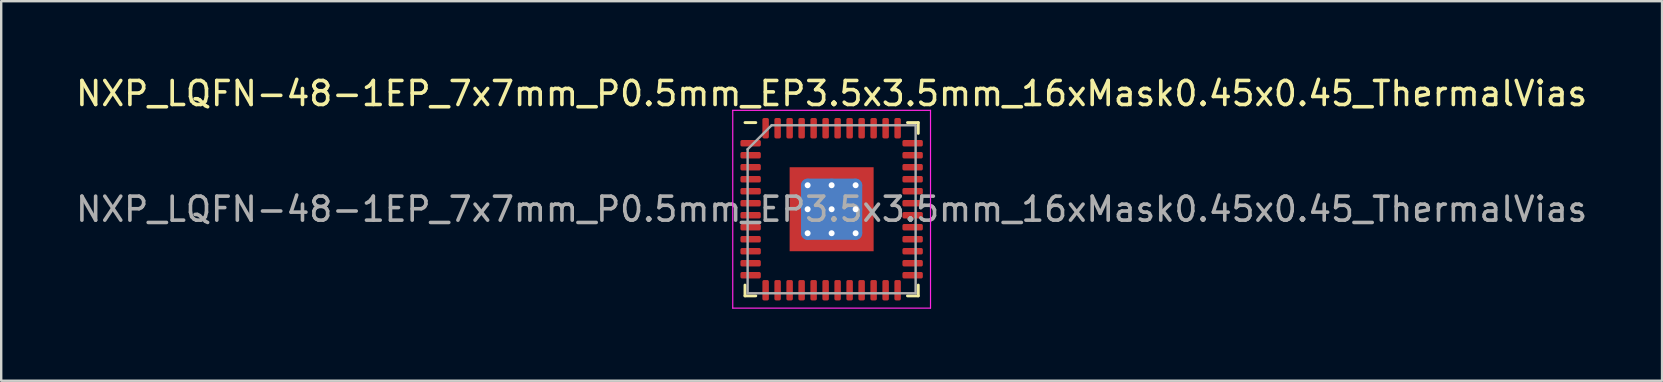
<source format=kicad_pcb>
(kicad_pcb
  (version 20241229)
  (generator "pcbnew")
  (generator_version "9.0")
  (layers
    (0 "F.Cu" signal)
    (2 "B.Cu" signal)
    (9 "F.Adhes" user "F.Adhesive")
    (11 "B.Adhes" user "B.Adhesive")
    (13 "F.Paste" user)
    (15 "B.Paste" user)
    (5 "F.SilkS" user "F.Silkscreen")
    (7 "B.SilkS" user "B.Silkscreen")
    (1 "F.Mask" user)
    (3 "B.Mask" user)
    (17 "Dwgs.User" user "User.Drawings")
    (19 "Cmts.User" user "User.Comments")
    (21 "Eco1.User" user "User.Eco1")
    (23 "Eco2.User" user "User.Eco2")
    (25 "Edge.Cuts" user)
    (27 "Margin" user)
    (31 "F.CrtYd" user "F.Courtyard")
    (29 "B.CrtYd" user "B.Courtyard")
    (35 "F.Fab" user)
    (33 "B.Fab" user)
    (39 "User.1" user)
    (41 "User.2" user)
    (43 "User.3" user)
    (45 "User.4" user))
  (footprint "NXP_LQFN-48-1EP_7x7mm_P0.5mm_EP3.5x3.5mm_16xMask0.45x0.45_ThermalVias"
    (layer "F.Cu")
    (at 31.601 5.668)
    (property "Reference" "NXP_LQFN-48-1EP_7x7mm_P0.5mm_EP3.5x3.5mm_16xMask0.45x0.45_ThermalVias" (at 0 -4.82 0) (layer "F.SilkS") (effects (font (size 1 1) (thickness 0.15))))
    (attr smd)
    (fp_line (start -3.61 3.61) (end -3.61 3.16) (stroke (width 0.12) (type solid)) (layer "F.SilkS"))
    (fp_line (start -3.16 -3.61) (end -3.61 -3.61) (stroke (width 0.12) (type solid)) (layer "F.SilkS"))
    (fp_line (start -3.16 3.61) (end -3.61 3.61) (stroke (width 0.12) (type solid)) (layer "F.SilkS"))
    (fp_line (start 3.16 -3.61) (end 3.61 -3.61) (stroke (width 0.12) (type solid)) (layer "F.SilkS"))
    (fp_line (start 3.16 3.61) (end 3.61 3.61) (stroke (width 0.12) (type solid)) (layer "F.SilkS"))
    (fp_line (start 3.61 -3.61) (end 3.61 -3.16) (stroke (width 0.12) (type solid)) (layer "F.SilkS"))
    (fp_line (start 3.61 3.61) (end 3.61 3.16) (stroke (width 0.12) (type solid)) (layer "F.SilkS"))
    (fp_line (start -4.12 -4.12) (end -4.12 4.12) (stroke (width 0.05) (type solid)) (layer "F.CrtYd"))
    (fp_line (start -4.12 4.12) (end 4.12 4.12) (stroke (width 0.05) (type solid)) (layer "F.CrtYd"))
    (fp_line (start 4.12 -4.12) (end -4.12 -4.12) (stroke (width 0.05) (type solid)) (layer "F.CrtYd"))
    (fp_line (start 4.12 4.12) (end 4.12 -4.12) (stroke (width 0.05) (type solid)) (layer "F.CrtYd"))
    (fp_line (start -3.5 -2.5) (end -2.5 -3.5) (stroke (width 0.1) (type solid)) (layer "F.Fab"))
    (fp_line (start -3.5 3.5) (end -3.5 -2.5) (stroke (width 0.1) (type solid)) (layer "F.Fab"))
    (fp_line (start -2.5 -3.5) (end 3.5 -3.5) (stroke (width 0.1) (type solid)) (layer "F.Fab"))
    (fp_line (start 3.5 -3.5) (end 3.5 3.5) (stroke (width 0.1) (type solid)) (layer "F.Fab"))
    (fp_line (start 3.5 3.5) (end -3.5 3.5) (stroke (width 0.1) (type solid)) (layer "F.Fab"))
    (fp_text user "${REFERENCE}" (at 0 0 0) (layer "F.Fab") (effects (font (size 1 1) (thickness 0.15))))
    (pad "" smd rect (at -1.5 -1.5) (size 0.45 0.45) (layers "F.Mask" "F.Paste"))
    (pad "" smd rect (at -1.5 -0.5) (size 0.45 0.45) (layers "F.Mask" "F.Paste"))
    (pad "" smd rect (at -1.5 0.5) (size 0.45 0.45) (layers "F.Mask" "F.Paste"))
    (pad "" smd rect (at -1.5 1.5) (size 0.45 0.45) (layers "F.Mask" "F.Paste"))
    (pad "" smd rect (at -0.5 -1.5) (size 0.45 0.45) (layers "F.Mask" "F.Paste"))
    (pad "" smd rect (at -0.5 -0.5) (size 0.45 0.45) (layers "F.Mask" "F.Paste"))
    (pad "" smd rect (at -0.5 0.5) (size 0.45 0.45) (layers "F.Mask" "F.Paste"))
    (pad "" smd rect (at -0.5 1.5) (size 0.45 0.45) (layers "F.Mask" "F.Paste"))
    (pad "" smd rect (at 0.5 -1.5) (size 0.45 0.45) (layers "F.Mask" "F.Paste"))
    (pad "" smd rect (at 0.5 -0.5) (size 0.45 0.45) (layers "F.Mask" "F.Paste"))
    (pad "" smd rect (at 0.5 0.5) (size 0.45 0.45) (layers "F.Mask" "F.Paste"))
    (pad "" smd rect (at 0.5 1.5) (size 0.45 0.45) (layers "F.Mask" "F.Paste"))
    (pad "" smd rect (at 1.5 -1.5) (size 0.45 0.45) (layers "F.Mask" "F.Paste"))
    (pad "" smd rect (at 1.5 -0.5) (size 0.45 0.45) (layers "F.Mask" "F.Paste"))
    (pad "" smd rect (at 1.5 0.5) (size 0.45 0.45) (layers "F.Mask" "F.Paste"))
    (pad "" smd rect (at 1.5 1.5) (size 0.45 0.45) (layers "F.Mask" "F.Paste"))
    (pad "1" smd roundrect (at -3.375 -2.75) (size 0.85 0.27) (layers "F.Cu" "F.Mask" "F.Paste") (roundrect_rratio 0.25))
    (pad "2" smd roundrect (at -3.375 -2.25) (size 0.85 0.27) (layers "F.Cu" "F.Mask" "F.Paste") (roundrect_rratio 0.25))
    (pad "3" smd roundrect (at -3.375 -1.75) (size 0.85 0.27) (layers "F.Cu" "F.Mask" "F.Paste") (roundrect_rratio 0.25))
    (pad "4" smd roundrect (at -3.375 -1.25) (size 0.85 0.27) (layers "F.Cu" "F.Mask" "F.Paste") (roundrect_rratio 0.25))
    (pad "5" smd roundrect (at -3.375 -0.75) (size 0.85 0.27) (layers "F.Cu" "F.Mask" "F.Paste") (roundrect_rratio 0.25))
    (pad "6" smd roundrect (at -3.375 -0.25) (size 0.85 0.27) (layers "F.Cu" "F.Mask" "F.Paste") (roundrect_rratio 0.25))
    (pad "7" smd roundrect (at -3.375 0.25) (size 0.85 0.27) (layers "F.Cu" "F.Mask" "F.Paste") (roundrect_rratio 0.25))
    (pad "8" smd roundrect (at -3.375 0.75) (size 0.85 0.27) (layers "F.Cu" "F.Mask" "F.Paste") (roundrect_rratio 0.25))
    (pad "9" smd roundrect (at -3.375 1.25) (size 0.85 0.27) (layers "F.Cu" "F.Mask" "F.Paste") (roundrect_rratio 0.25))
    (pad "10" smd roundrect (at -3.375 1.75) (size 0.85 0.27) (layers "F.Cu" "F.Mask" "F.Paste") (roundrect_rratio 0.25))
    (pad "11" smd roundrect (at -3.375 2.25) (size 0.85 0.27) (layers "F.Cu" "F.Mask" "F.Paste") (roundrect_rratio 0.25))
    (pad "12" smd roundrect (at -3.375 2.75) (size 0.85 0.27) (layers "F.Cu" "F.Mask" "F.Paste") (roundrect_rratio 0.25))
    (pad "13" smd roundrect (at -2.75 3.375) (size 0.27 0.85) (layers "F.Cu" "F.Mask" "F.Paste") (roundrect_rratio 0.25))
    (pad "14" smd roundrect (at -2.25 3.375) (size 0.27 0.85) (layers "F.Cu" "F.Mask" "F.Paste") (roundrect_rratio 0.25))
    (pad "15" smd roundrect (at -1.75 3.375) (size 0.27 0.85) (layers "F.Cu" "F.Mask" "F.Paste") (roundrect_rratio 0.25))
    (pad "16" smd roundrect (at -1.25 3.375) (size 0.27 0.85) (layers "F.Cu" "F.Mask" "F.Paste") (roundrect_rratio 0.25))
    (pad "17" smd roundrect (at -0.75 3.375) (size 0.27 0.85) (layers "F.Cu" "F.Mask" "F.Paste") (roundrect_rratio 0.25))
    (pad "18" smd roundrect (at -0.25 3.375) (size 0.27 0.85) (layers "F.Cu" "F.Mask" "F.Paste") (roundrect_rratio 0.25))
    (pad "19" smd roundrect (at 0.25 3.375) (size 0.27 0.85) (layers "F.Cu" "F.Mask" "F.Paste") (roundrect_rratio 0.25))
    (pad "20" smd roundrect (at 0.75 3.375) (size 0.27 0.85) (layers "F.Cu" "F.Mask" "F.Paste") (roundrect_rratio 0.25))
    (pad "21" smd roundrect (at 1.25 3.375) (size 0.27 0.85) (layers "F.Cu" "F.Mask" "F.Paste") (roundrect_rratio 0.25))
    (pad "22" smd roundrect (at 1.75 3.375) (size 0.27 0.85) (layers "F.Cu" "F.Mask" "F.Paste") (roundrect_rratio 0.25))
    (pad "23" smd roundrect (at 2.25 3.375) (size 0.27 0.85) (layers "F.Cu" "F.Mask" "F.Paste") (roundrect_rratio 0.25))
    (pad "24" smd roundrect (at 2.75 3.375) (size 0.27 0.85) (layers "F.Cu" "F.Mask" "F.Paste") (roundrect_rratio 0.25))
    (pad "25" smd roundrect (at 3.375 2.75) (size 0.85 0.27) (layers "F.Cu" "F.Mask" "F.Paste") (roundrect_rratio 0.25))
    (pad "26" smd roundrect (at 3.375 2.25) (size 0.85 0.27) (layers "F.Cu" "F.Mask" "F.Paste") (roundrect_rratio 0.25))
    (pad "27" smd roundrect (at 3.375 1.75) (size 0.85 0.27) (layers "F.Cu" "F.Mask" "F.Paste") (roundrect_rratio 0.25))
    (pad "28" smd roundrect (at 3.375 1.25) (size 0.85 0.27) (layers "F.Cu" "F.Mask" "F.Paste") (roundrect_rratio 0.25))
    (pad "29" smd roundrect (at 3.375 0.75) (size 0.85 0.27) (layers "F.Cu" "F.Mask" "F.Paste") (roundrect_rratio 0.25))
    (pad "30" smd roundrect (at 3.375 0.25) (size 0.85 0.27) (layers "F.Cu" "F.Mask" "F.Paste") (roundrect_rratio 0.25))
    (pad "31" smd roundrect (at 3.375 -0.25) (size 0.85 0.27) (layers "F.Cu" "F.Mask" "F.Paste") (roundrect_rratio 0.25))
    (pad "32" smd roundrect (at 3.375 -0.75) (size 0.85 0.27) (layers "F.Cu" "F.Mask" "F.Paste") (roundrect_rratio 0.25))
    (pad "33" smd roundrect (at 3.375 -1.25) (size 0.85 0.27) (layers "F.Cu" "F.Mask" "F.Paste") (roundrect_rratio 0.25))
    (pad "34" smd roundrect (at 3.375 -1.75) (size 0.85 0.27) (layers "F.Cu" "F.Mask" "F.Paste") (roundrect_rratio 0.25))
    (pad "35" smd roundrect (at 3.375 -2.25) (size 0.85 0.27) (layers "F.Cu" "F.Mask" "F.Paste") (roundrect_rratio 0.25))
    (pad "36" smd roundrect (at 3.375 -2.75) (size 0.85 0.27) (layers "F.Cu" "F.Mask" "F.Paste") (roundrect_rratio 0.25))
    (pad "37" smd roundrect (at 2.75 -3.375) (size 0.27 0.85) (layers "F.Cu" "F.Mask" "F.Paste") (roundrect_rratio 0.25))
    (pad "38" smd roundrect (at 2.25 -3.375) (size 0.27 0.85) (layers "F.Cu" "F.Mask" "F.Paste") (roundrect_rratio 0.25))
    (pad "39" smd roundrect (at 1.75 -3.375) (size 0.27 0.85) (layers "F.Cu" "F.Mask" "F.Paste") (roundrect_rratio 0.25))
    (pad "40" smd roundrect (at 1.25 -3.375) (size 0.27 0.85) (layers "F.Cu" "F.Mask" "F.Paste") (roundrect_rratio 0.25))
    (pad "41" smd roundrect (at 0.75 -3.375) (size 0.27 0.85) (layers "F.Cu" "F.Mask" "F.Paste") (roundrect_rratio 0.25))
    (pad "42" smd roundrect (at 0.25 -3.375) (size 0.27 0.85) (layers "F.Cu" "F.Mask" "F.Paste") (roundrect_rratio 0.25))
    (pad "43" smd roundrect (at -0.25 -3.375) (size 0.27 0.85) (layers "F.Cu" "F.Mask" "F.Paste") (roundrect_rratio 0.25))
    (pad "44" smd roundrect (at -0.75 -3.375) (size 0.27 0.85) (layers "F.Cu" "F.Mask" "F.Paste") (roundrect_rratio 0.25))
    (pad "45" smd roundrect (at -1.25 -3.375) (size 0.27 0.85) (layers "F.Cu" "F.Mask" "F.Paste") (roundrect_rratio 0.25))
    (pad "46" smd roundrect (at -1.75 -3.375) (size 0.27 0.85) (layers "F.Cu" "F.Mask" "F.Paste") (roundrect_rratio 0.25))
    (pad "47" smd roundrect (at -2.25 -3.375) (size 0.27 0.85) (layers "F.Cu" "F.Mask" "F.Paste") (roundrect_rratio 0.25))
    (pad "48" smd roundrect (at -2.75 -3.375) (size 0.27 0.85) (layers "F.Cu" "F.Mask" "F.Paste") (roundrect_rratio 0.25))
    (pad "49" thru_hole circle (at -1 -1) (size 0.55 0.55) (drill 0.25) (layers "*.Cu"))
    (pad "49" thru_hole circle (at -1 0) (size 0.55 0.55) (drill 0.25) (layers "*.Cu"))
    (pad "49" thru_hole circle (at -1 1) (size 0.55 0.55) (drill 0.25) (layers "*.Cu"))
    (pad "49" thru_hole circle (at 0 -1) (size 0.55 0.55) (drill 0.25) (layers "*.Cu"))
    (pad "49" thru_hole circle (at 0 0) (size 0.55 0.55) (drill 0.25) (layers "*.Cu"))
    (pad "49" smd roundrect (at 0 0) (size 2.55 2.55) (layers "B.Cu") (roundrect_rratio 0.115))
    (pad "49" smd rect (at 0 0) (size 3.5 3.5) (layers "F.Cu"))
    (pad "49" thru_hole circle (at 0 1) (size 0.55 0.55) (drill 0.25) (layers "*.Cu"))
    (pad "49" thru_hole circle (at 1 -1) (size 0.55 0.55) (drill 0.25) (layers "*.Cu"))
    (pad "49" thru_hole circle (at 1 0) (size 0.55 0.55) (drill 0.25) (layers "*.Cu"))
    (pad "49" thru_hole circle (at 1 1) (size 0.55 0.55) (drill 0.25) (layers "*.Cu")))
  (gr_rect
    (start -3 -3)
    (end 66.202 12.813)
    (stroke (width 0.1) (type default))
    (fill no)
    (layer "Edge.Cuts")))
</source>
